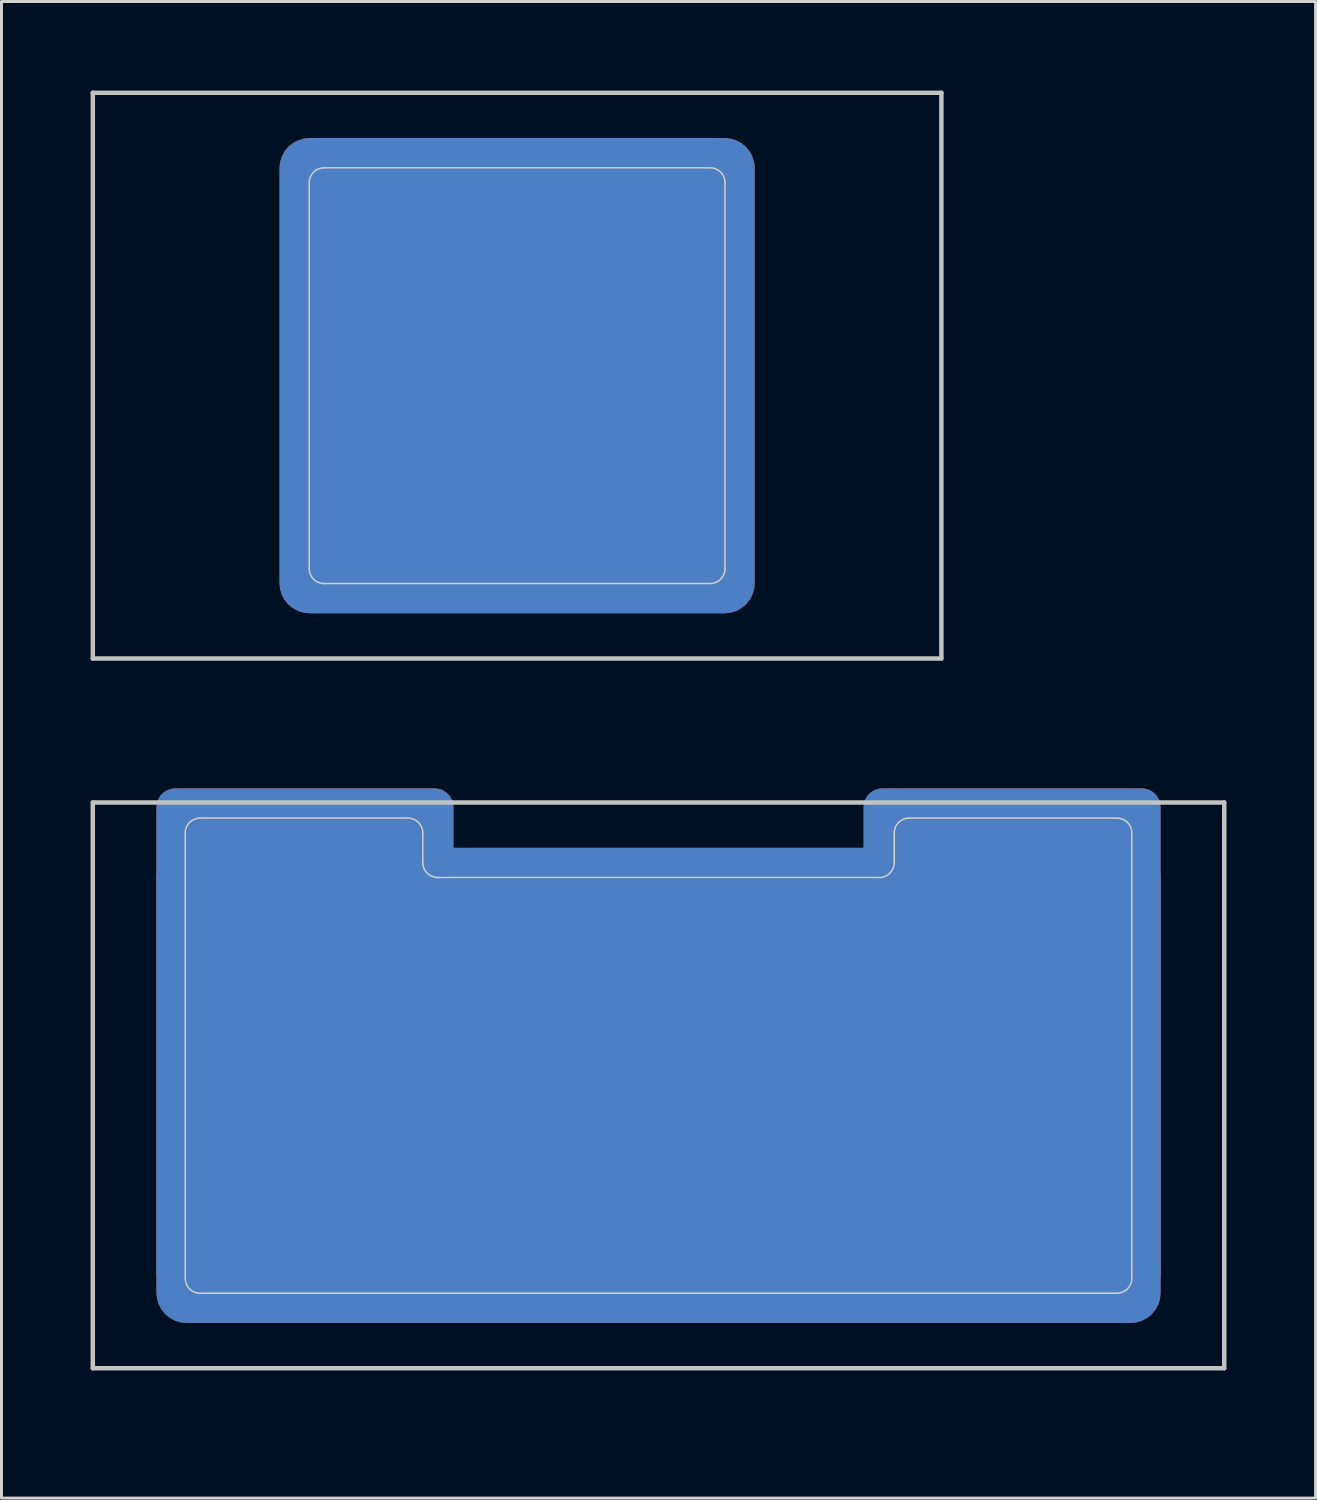
<source format=kicad_pcb>
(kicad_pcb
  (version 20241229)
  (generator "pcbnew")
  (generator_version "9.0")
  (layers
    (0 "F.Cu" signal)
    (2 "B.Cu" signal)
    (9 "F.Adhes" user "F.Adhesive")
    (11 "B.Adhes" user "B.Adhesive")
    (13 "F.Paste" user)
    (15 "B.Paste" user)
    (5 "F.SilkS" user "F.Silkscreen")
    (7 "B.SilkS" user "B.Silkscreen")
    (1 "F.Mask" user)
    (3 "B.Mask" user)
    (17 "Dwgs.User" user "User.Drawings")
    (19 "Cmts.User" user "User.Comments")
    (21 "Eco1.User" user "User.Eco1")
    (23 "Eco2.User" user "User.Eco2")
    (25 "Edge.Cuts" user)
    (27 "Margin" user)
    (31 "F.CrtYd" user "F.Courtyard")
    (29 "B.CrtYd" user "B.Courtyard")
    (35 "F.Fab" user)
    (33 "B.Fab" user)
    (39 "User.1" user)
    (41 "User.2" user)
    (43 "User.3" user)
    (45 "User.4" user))
  (footprint "MX_Cutout_1.5u"
    (layer "F.Cu")
    (at 14.363 9.6)
    (property "Reference" "MX_Cutout_1.5u" (at 0.25 10.05 0) (layer "Eco2.User") (effects (font (size 1 1) (thickness 0.15))))
    (fp_line (start -14.287 -9.525) (end 14.287 -9.525) (stroke (width 0.15) (type solid)) (layer "Dwgs.User"))
    (fp_line (start -14.287 9.525) (end -14.287 -9.525) (stroke (width 0.15) (type solid)) (layer "Dwgs.User"))
    (fp_line (start 14.287 -9.525) (end 14.287 9.525) (stroke (width 0.15) (type solid)) (layer "Dwgs.User"))
    (fp_line (start 14.287 9.525) (end -14.287 9.525) (stroke (width 0.15) (type solid)) (layer "Dwgs.User"))
    (fp_line (start -7 -6.5) (end -7 6.5) (stroke (width 0.05) (type solid)) (layer "Edge.Cuts"))
    (fp_line (start -6.5 7) (end 6.5 7) (stroke (width 0.05) (type solid)) (layer "Edge.Cuts"))
    (fp_line (start 6.5 -7) (end -6.5 -7) (stroke (width 0.05) (type solid)) (layer "Edge.Cuts"))
    (fp_line (start 7 6.5) (end 7 -6.5) (stroke (width 0.05) (type solid)) (layer "Edge.Cuts"))
    (fp_arc (start -7 -6.5) (mid -6.853553 -6.853553) (end -6.5 -7) (stroke (width 0.05) (type solid)) (layer "Edge.Cuts"))
    (fp_arc (start -6.5 7) (mid -6.853553 6.853553) (end -7 6.5) (stroke (width 0.05) (type solid)) (layer "Edge.Cuts"))
    (fp_arc (start 6.5 -7) (mid 6.853553 -6.853553) (end 7 -6.5) (stroke (width 0.05) (type solid)) (layer "Edge.Cuts"))
    (fp_arc (start 7 6.5) (mid 6.853553 6.853553) (end 6.5 7) (stroke (width 0.05) (type solid)) (layer "Edge.Cuts"))
    (pad "1" smd roundrect (at 0 0 180) (size 16 16) (layers "F.Cu" "F.Mask") (roundrect_rratio 0.063))
    (pad "1" smd roundrect (at 0 0 180) (size 16 16) (layers "B.Cu" "B.Mask") (roundrect_rratio 0.063)))
  (footprint "MX_Cutout_2u"
    (layer "F.Cu")
    (at 19.125 33.498)
    (property "Reference" "MX_Cutout_2u" (at 0.25 10.05 0) (layer "Eco2.User") (effects (font (size 1 1) (thickness 0.15))))
    (fp_line (start -19.05 9.525) (end -19.05 -9.525) (stroke (width 0.15) (type solid)) (layer "Dwgs.User"))
    (fp_line (start 19.05 -9.525) (end -19.05 -9.525) (stroke (width 0.15) (type solid)) (layer "Dwgs.User"))
    (fp_line (start 19.05 9.525) (end -19.05 9.525) (stroke (width 0.15) (type solid)) (layer "Dwgs.User"))
    (fp_line (start 19.05 9.525) (end 19.05 -9.525) (stroke (width 0.15) (type solid)) (layer "Dwgs.User"))
    (fp_line (start -15.938 6.5) (end -15.938 -8.5) (stroke (width 0.05) (type solid)) (layer "Edge.Cuts"))
    (fp_line (start -15.438 -9) (end -8.438 -9) (stroke (width 0.05) (type solid)) (layer "Edge.Cuts"))
    (fp_line (start -7.938 -8.5) (end -7.938 -7.5) (stroke (width 0.05) (type solid)) (layer "Edge.Cuts"))
    (fp_line (start -7.438 -7) (end 7.438 -7) (stroke (width 0.05) (type solid)) (layer "Edge.Cuts"))
    (fp_line (start 7.938 -7.5) (end 7.938 -8.5) (stroke (width 0.05) (type solid)) (layer "Edge.Cuts"))
    (fp_line (start 8.438 -9) (end 15.438 -9) (stroke (width 0.05) (type solid)) (layer "Edge.Cuts"))
    (fp_line (start 15.438 7) (end -15.438 7) (stroke (width 0.05) (type solid)) (layer "Edge.Cuts"))
    (fp_line (start 15.938 -8.5) (end 15.938 6.5) (stroke (width 0.05) (type solid)) (layer "Edge.Cuts"))
    (fp_arc (start -15.938001 -8.500001) (mid -15.791554 -8.853554) (end -15.438 -9) (stroke (width 0.05) (type solid)) (layer "Edge.Cuts"))
    (fp_arc (start -15.438001 7.000001) (mid -15.791554 6.853554) (end -15.938 6.5) (stroke (width 0.05) (type solid)) (layer "Edge.Cuts"))
    (fp_arc (start -8.437999 -9.000001) (mid -8.084446 -8.853554) (end -7.938 -8.5) (stroke (width 0.05) (type solid)) (layer "Edge.Cuts"))
    (fp_arc (start -7.438 -7) (mid -7.791553 -7.146447) (end -7.938 -7.5) (stroke (width 0.05) (type solid)) (layer "Edge.Cuts"))
    (fp_arc (start 7.937999 -8.500001) (mid 8.084446 -8.853554) (end 8.438 -9) (stroke (width 0.05) (type solid)) (layer "Edge.Cuts"))
    (fp_arc (start 7.938 -7.5) (mid 7.791553 -7.146447) (end 7.438 -7) (stroke (width 0.05) (type solid)) (layer "Edge.Cuts"))
    (fp_arc (start 15.438001 -9.000001) (mid 15.791554 -8.853554) (end 15.938 -8.5) (stroke (width 0.05) (type solid)) (layer "Edge.Cuts"))
    (fp_arc (start 15.938001 6.500001) (mid 15.791554 6.853554) (end 15.438 7) (stroke (width 0.05) (type solid)) (layer "Edge.Cuts"))
    (pad "1" smd roundrect (at -11.906 -1.5) (size 10 17) (layers "F.Cu" "F.Mask") (roundrect_rratio 0.063))
    (pad "1" smd roundrect (at -11.906 -1.5) (size 10 17) (layers "B.Cu" "B.Mask") (roundrect_rratio 0.063))
    (pad "1" smd roundrect (at 0 0) (size 33.812 16) (layers "F.Cu" "F.Mask") (roundrect_rratio 0.063))
    (pad "1" smd roundrect (at 0 0) (size 33.812 16) (layers "B.Cu" "B.Mask") (roundrect_rratio 0.063))
    (pad "1" smd roundrect (at 11.906 -1.5) (size 10 17) (layers "F.Cu" "F.Mask") (roundrect_rratio 0.063))
    (pad "1" smd roundrect (at 11.906 -1.5) (size 10 17) (layers "B.Cu" "B.Mask") (roundrect_rratio 0.063)))
  (gr_rect
    (start -3 -3)
    (end 41.25 47.397)
    (stroke (width 0.1) (type default))
    (fill no)
    (layer "Edge.Cuts")))
</source>
